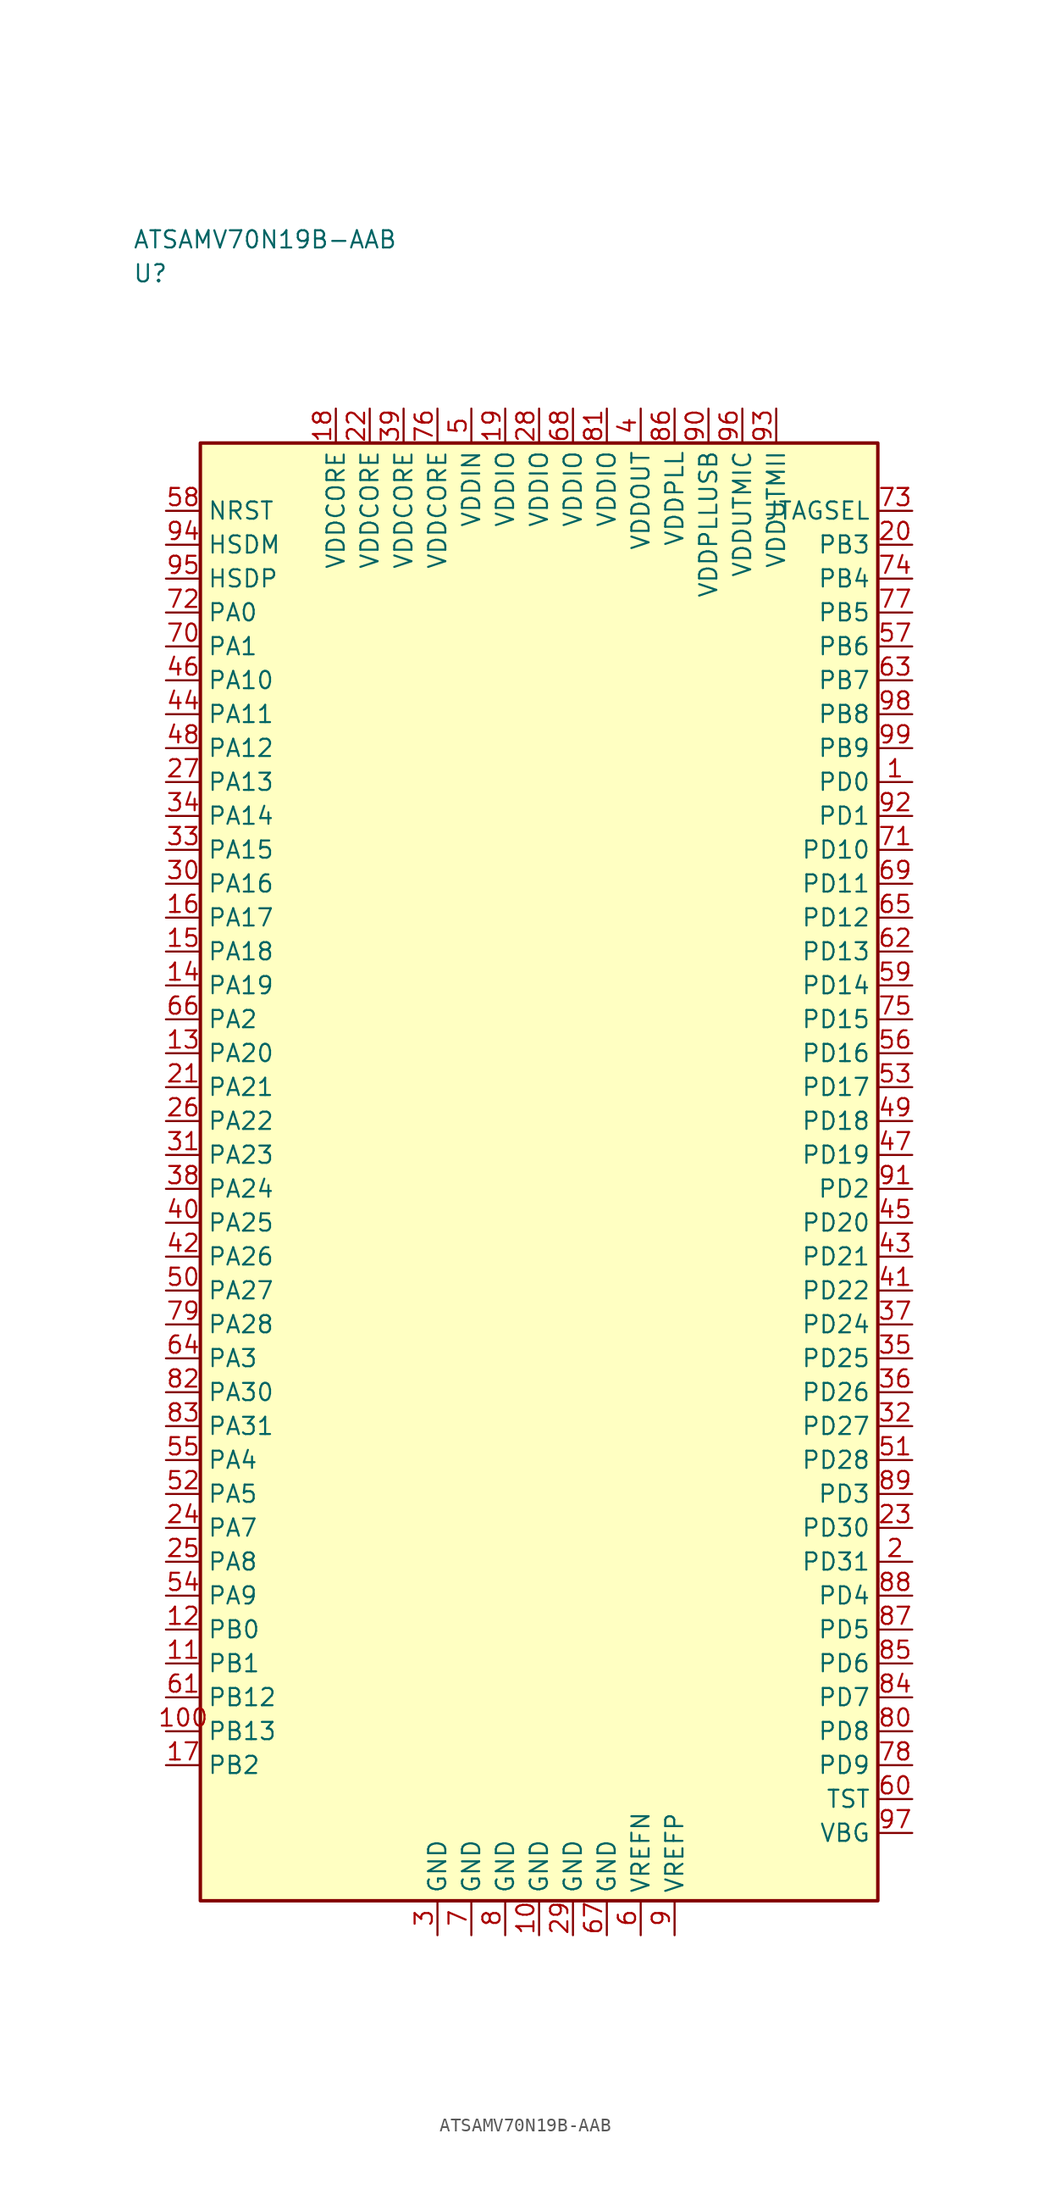
<source format=kicad_sym>
(kicad_symbol_lib
  (version 20241025)
  (generator "kicad_symbol_editor")
  (generator_version "8.0")
  (symbol "ATSAMV70N19B-AAB"
    (property "Reference" "U"
      (at -30.0 66.25 0)
      (effects (font (size 1.27 1.27)) (justify left)))
    (property "Value" "ATSAMV70N19B-AAB"
      (at -30.0 68.75 0)
      (effects (font (size 1.27 1.27)) (justify left)))
    (symbol "ATSAMV70N19B-AAB_0_1"
      (rectangle (start -25.0 53.75) (end 25.0 -53.75) (stroke (width 0.254) (type default)) (fill (type background))))
    (symbol "ATSAMV70N19B-AAB_1_1"
      (pin bidirectional line (at -27.54 41.25 0.0) (length 2.54) (name "PA0" (effects (font (size 1.27 1.27)))) (number "72" (effects (font (size 1.27 1.27)))))
      (pin bidirectional line (at -27.54 38.75 0.0) (length 2.54) (name "PA1" (effects (font (size 1.27 1.27)))) (number "70" (effects (font (size 1.27 1.27)))))
      (pin bidirectional line (at -27.54 11.25 0.0) (length 2.54) (name "PA2" (effects (font (size 1.27 1.27)))) (number "66" (effects (font (size 1.27 1.27)))))
      (pin bidirectional line (at -27.54 -13.75 0.0) (length 2.54) (name "PA3" (effects (font (size 1.27 1.27)))) (number "64" (effects (font (size 1.27 1.27)))))
      (pin bidirectional line (at -27.54 -21.25 0.0) (length 2.54) (name "PA4" (effects (font (size 1.27 1.27)))) (number "55" (effects (font (size 1.27 1.27)))))
      (pin bidirectional line (at -27.54 -23.75 0.0) (length 2.54) (name "PA5" (effects (font (size 1.27 1.27)))) (number "52" (effects (font (size 1.27 1.27)))))
      (pin bidirectional line (at -27.54 -26.25 0.0) (length 2.54) (name "PA7" (effects (font (size 1.27 1.27)))) (number "24" (effects (font (size 1.27 1.27)))))
      (pin bidirectional line (at -27.54 -28.75 0.0) (length 2.54) (name "PA8" (effects (font (size 1.27 1.27)))) (number "25" (effects (font (size 1.27 1.27)))))
      (pin bidirectional line (at -27.54 -31.25 0.0) (length 2.54) (name "PA9" (effects (font (size 1.27 1.27)))) (number "54" (effects (font (size 1.27 1.27)))))
      (pin bidirectional line (at -27.54 36.25 0.0) (length 2.54) (name "PA10" (effects (font (size 1.27 1.27)))) (number "46" (effects (font (size 1.27 1.27)))))
      (pin bidirectional line (at -27.54 33.75 0.0) (length 2.54) (name "PA11" (effects (font (size 1.27 1.27)))) (number "44" (effects (font (size 1.27 1.27)))))
      (pin bidirectional line (at -27.54 31.25 0.0) (length 2.54) (name "PA12" (effects (font (size 1.27 1.27)))) (number "48" (effects (font (size 1.27 1.27)))))
      (pin bidirectional line (at -27.54 28.75 0.0) (length 2.54) (name "PA13" (effects (font (size 1.27 1.27)))) (number "27" (effects (font (size 1.27 1.27)))))
      (pin bidirectional line (at -27.54 26.25 0.0) (length 2.54) (name "PA14" (effects (font (size 1.27 1.27)))) (number "34" (effects (font (size 1.27 1.27)))))
      (pin bidirectional line (at -27.54 23.75 0.0) (length 2.54) (name "PA15" (effects (font (size 1.27 1.27)))) (number "33" (effects (font (size 1.27 1.27)))))
      (pin bidirectional line (at -27.54 21.25 0.0) (length 2.54) (name "PA16" (effects (font (size 1.27 1.27)))) (number "30" (effects (font (size 1.27 1.27)))))
      (pin bidirectional line (at -27.54 18.75 0.0) (length 2.54) (name "PA17" (effects (font (size 1.27 1.27)))) (number "16" (effects (font (size 1.27 1.27)))))
      (pin bidirectional line (at -27.54 16.25 0.0) (length 2.54) (name "PA18" (effects (font (size 1.27 1.27)))) (number "15" (effects (font (size 1.27 1.27)))))
      (pin bidirectional line (at -27.54 13.75 0.0) (length 2.54) (name "PA19" (effects (font (size 1.27 1.27)))) (number "14" (effects (font (size 1.27 1.27)))))
      (pin bidirectional line (at -27.54 8.75 0.0) (length 2.54) (name "PA20" (effects (font (size 1.27 1.27)))) (number "13" (effects (font (size 1.27 1.27)))))
      (pin bidirectional line (at -27.54 6.25 0.0) (length 2.54) (name "PA21" (effects (font (size 1.27 1.27)))) (number "21" (effects (font (size 1.27 1.27)))))
      (pin bidirectional line (at -27.54 3.75 0.0) (length 2.54) (name "PA22" (effects (font (size 1.27 1.27)))) (number "26" (effects (font (size 1.27 1.27)))))
      (pin bidirectional line (at -27.54 1.25 0.0) (length 2.54) (name "PA23" (effects (font (size 1.27 1.27)))) (number "31" (effects (font (size 1.27 1.27)))))
      (pin bidirectional line (at -27.54 -1.25 0.0) (length 2.54) (name "PA24" (effects (font (size 1.27 1.27)))) (number "38" (effects (font (size 1.27 1.27)))))
      (pin bidirectional line (at -27.54 -3.75 0.0) (length 2.54) (name "PA25" (effects (font (size 1.27 1.27)))) (number "40" (effects (font (size 1.27 1.27)))))
      (pin bidirectional line (at -27.54 -6.25 0.0) (length 2.54) (name "PA26" (effects (font (size 1.27 1.27)))) (number "42" (effects (font (size 1.27 1.27)))))
      (pin bidirectional line (at -27.54 -8.75 0.0) (length 2.54) (name "PA27" (effects (font (size 1.27 1.27)))) (number "50" (effects (font (size 1.27 1.27)))))
      (pin bidirectional line (at -27.54 -11.25 0.0) (length 2.54) (name "PA28" (effects (font (size 1.27 1.27)))) (number "79" (effects (font (size 1.27 1.27)))))
      (pin bidirectional line (at -27.54 -16.25 0.0) (length 2.54) (name "PA30" (effects (font (size 1.27 1.27)))) (number "82" (effects (font (size 1.27 1.27)))))
      (pin bidirectional line (at -27.54 -18.75 0.0) (length 2.54) (name "PA31" (effects (font (size 1.27 1.27)))) (number "83" (effects (font (size 1.27 1.27)))))
      (pin bidirectional line (at -27.54 -33.75 0.0) (length 2.54) (name "PB0" (effects (font (size 1.27 1.27)))) (number "12" (effects (font (size 1.27 1.27)))))
      (pin bidirectional line (at -27.54 -36.25 0.0) (length 2.54) (name "PB1" (effects (font (size 1.27 1.27)))) (number "11" (effects (font (size 1.27 1.27)))))
      (pin bidirectional line (at -27.54 -43.75 0.0) (length 2.54) (name "PB2" (effects (font (size 1.27 1.27)))) (number "17" (effects (font (size 1.27 1.27)))))
      (pin bidirectional line (at 27.54 46.25 180.0) (length 2.54) (name "PB3" (effects (font (size 1.27 1.27)))) (number "20" (effects (font (size 1.27 1.27)))))
      (pin bidirectional line (at 27.54 43.75 180.0) (length 2.54) (name "PB4" (effects (font (size 1.27 1.27)))) (number "74" (effects (font (size 1.27 1.27)))))
      (pin bidirectional line (at 27.54 41.25 180.0) (length 2.54) (name "PB5" (effects (font (size 1.27 1.27)))) (number "77" (effects (font (size 1.27 1.27)))))
      (pin bidirectional line (at 27.54 38.75 180.0) (length 2.54) (name "PB6" (effects (font (size 1.27 1.27)))) (number "57" (effects (font (size 1.27 1.27)))))
      (pin bidirectional line (at 27.54 36.25 180.0) (length 2.54) (name "PB7" (effects (font (size 1.27 1.27)))) (number "63" (effects (font (size 1.27 1.27)))))
      (pin bidirectional line (at 27.54 33.75 180.0) (length 2.54) (name "PB8" (effects (font (size 1.27 1.27)))) (number "98" (effects (font (size 1.27 1.27)))))
      (pin bidirectional line (at 27.54 31.25 180.0) (length 2.54) (name "PB9" (effects (font (size 1.27 1.27)))) (number "99" (effects (font (size 1.27 1.27)))))
      (pin bidirectional line (at -27.54 -38.75 0.0) (length 2.54) (name "PB12" (effects (font (size 1.27 1.27)))) (number "61" (effects (font (size 1.27 1.27)))))
      (pin bidirectional line (at -27.54 -41.25 0.0) (length 2.54) (name "PB13" (effects (font (size 1.27 1.27)))) (number "100" (effects (font (size 1.27 1.27)))))
      (pin bidirectional line (at 27.54 28.75 180.0) (length 2.54) (name "PD0" (effects (font (size 1.27 1.27)))) (number "1" (effects (font (size 1.27 1.27)))))
      (pin bidirectional line (at 27.54 26.25 180.0) (length 2.54) (name "PD1" (effects (font (size 1.27 1.27)))) (number "92" (effects (font (size 1.27 1.27)))))
      (pin bidirectional line (at 27.54 -1.25 180.0) (length 2.54) (name "PD2" (effects (font (size 1.27 1.27)))) (number "91" (effects (font (size 1.27 1.27)))))
      (pin bidirectional line (at 27.54 -23.75 180.0) (length 2.54) (name "PD3" (effects (font (size 1.27 1.27)))) (number "89" (effects (font (size 1.27 1.27)))))
      (pin bidirectional line (at 27.54 -31.25 180.0) (length 2.54) (name "PD4" (effects (font (size 1.27 1.27)))) (number "88" (effects (font (size 1.27 1.27)))))
      (pin bidirectional line (at 27.54 -33.75 180.0) (length 2.54) (name "PD5" (effects (font (size 1.27 1.27)))) (number "87" (effects (font (size 1.27 1.27)))))
      (pin bidirectional line (at 27.54 -36.25 180.0) (length 2.54) (name "PD6" (effects (font (size 1.27 1.27)))) (number "85" (effects (font (size 1.27 1.27)))))
      (pin bidirectional line (at 27.54 -38.75 180.0) (length 2.54) (name "PD7" (effects (font (size 1.27 1.27)))) (number "84" (effects (font (size 1.27 1.27)))))
      (pin bidirectional line (at 27.54 -41.25 180.0) (length 2.54) (name "PD8" (effects (font (size 1.27 1.27)))) (number "80" (effects (font (size 1.27 1.27)))))
      (pin bidirectional line (at 27.54 -43.75 180.0) (length 2.54) (name "PD9" (effects (font (size 1.27 1.27)))) (number "78" (effects (font (size 1.27 1.27)))))
      (pin bidirectional line (at 27.54 23.75 180.0) (length 2.54) (name "PD10" (effects (font (size 1.27 1.27)))) (number "71" (effects (font (size 1.27 1.27)))))
      (pin bidirectional line (at 27.54 21.25 180.0) (length 2.54) (name "PD11" (effects (font (size 1.27 1.27)))) (number "69" (effects (font (size 1.27 1.27)))))
      (pin bidirectional line (at 27.54 18.75 180.0) (length 2.54) (name "PD12" (effects (font (size 1.27 1.27)))) (number "65" (effects (font (size 1.27 1.27)))))
      (pin bidirectional line (at 27.54 16.25 180.0) (length 2.54) (name "PD13" (effects (font (size 1.27 1.27)))) (number "62" (effects (font (size 1.27 1.27)))))
      (pin bidirectional line (at 27.54 13.75 180.0) (length 2.54) (name "PD14" (effects (font (size 1.27 1.27)))) (number "59" (effects (font (size 1.27 1.27)))))
      (pin bidirectional line (at 27.54 11.25 180.0) (length 2.54) (name "PD15" (effects (font (size 1.27 1.27)))) (number "75" (effects (font (size 1.27 1.27)))))
      (pin bidirectional line (at 27.54 8.75 180.0) (length 2.54) (name "PD16" (effects (font (size 1.27 1.27)))) (number "56" (effects (font (size 1.27 1.27)))))
      (pin bidirectional line (at 27.54 6.25 180.0) (length 2.54) (name "PD17" (effects (font (size 1.27 1.27)))) (number "53" (effects (font (size 1.27 1.27)))))
      (pin bidirectional line (at 27.54 3.75 180.0) (length 2.54) (name "PD18" (effects (font (size 1.27 1.27)))) (number "49" (effects (font (size 1.27 1.27)))))
      (pin bidirectional line (at 27.54 1.25 180.0) (length 2.54) (name "PD19" (effects (font (size 1.27 1.27)))) (number "47" (effects (font (size 1.27 1.27)))))
      (pin bidirectional line (at 27.54 -3.75 180.0) (length 2.54) (name "PD20" (effects (font (size 1.27 1.27)))) (number "45" (effects (font (size 1.27 1.27)))))
      (pin bidirectional line (at 27.54 -6.25 180.0) (length 2.54) (name "PD21" (effects (font (size 1.27 1.27)))) (number "43" (effects (font (size 1.27 1.27)))))
      (pin bidirectional line (at 27.54 -8.75 180.0) (length 2.54) (name "PD22" (effects (font (size 1.27 1.27)))) (number "41" (effects (font (size 1.27 1.27)))))
      (pin bidirectional line (at 27.54 -11.25 180.0) (length 2.54) (name "PD24" (effects (font (size 1.27 1.27)))) (number "37" (effects (font (size 1.27 1.27)))))
      (pin bidirectional line (at 27.54 -13.75 180.0) (length 2.54) (name "PD25" (effects (font (size 1.27 1.27)))) (number "35" (effects (font (size 1.27 1.27)))))
      (pin bidirectional line (at 27.54 -16.25 180.0) (length 2.54) (name "PD26" (effects (font (size 1.27 1.27)))) (number "36" (effects (font (size 1.27 1.27)))))
      (pin bidirectional line (at 27.54 -18.75 180.0) (length 2.54) (name "PD27" (effects (font (size 1.27 1.27)))) (number "32" (effects (font (size 1.27 1.27)))))
      (pin bidirectional line (at 27.54 -21.25 180.0) (length 2.54) (name "PD28" (effects (font (size 1.27 1.27)))) (number "51" (effects (font (size 1.27 1.27)))))
      (pin bidirectional line (at 27.54 -26.25 180.0) (length 2.54) (name "PD30" (effects (font (size 1.27 1.27)))) (number "23" (effects (font (size 1.27 1.27)))))
      (pin bidirectional line (at 27.54 -28.75 180.0) (length 2.54) (name "PD31" (effects (font (size 1.27 1.27)))) (number "2" (effects (font (size 1.27 1.27)))))
      (pin power_in line (at 7.5 56.29 270.0) (length 2.54) (name "VDDOUT" (effects (font (size 1.27 1.27)))) (number "4" (effects (font (size 1.27 1.27)))))
      (pin power_in line (at -5.0 56.29 270.0) (length 2.54) (name "VDDIN" (effects (font (size 1.27 1.27)))) (number "5" (effects (font (size 1.27 1.27)))))
      (pin passive line (at 7.5 -56.29 90.0) (length 2.54) (name "VREFN" (effects (font (size 1.27 1.27)))) (number "6" (effects (font (size 1.27 1.27)))))
      (pin passive line (at 10.0 -56.29 90.0) (length 2.54) (name "VREFP" (effects (font (size 1.27 1.27)))) (number "9" (effects (font (size 1.27 1.27)))))
      (pin input line (at -27.54 48.75 0.0) (length 2.54) (name "NRST" (effects (font (size 1.27 1.27)))) (number "58" (effects (font (size 1.27 1.27)))))
      (pin bidirectional line (at 27.54 -46.25 180.0) (length 2.54) (name "TST" (effects (font (size 1.27 1.27)))) (number "60" (effects (font (size 1.27 1.27)))))
      (pin power_in line (at -2.5 56.29 270.0) (length 2.54) (name "VDDIO" (effects (font (size 1.27 1.27)))) (number "19" (effects (font (size 1.27 1.27)))))
      (pin power_in line (at 0.0 56.29 270.0) (length 2.54) (name "VDDIO" (effects (font (size 1.27 1.27)))) (number "28" (effects (font (size 1.27 1.27)))))
      (pin power_in line (at 2.5 56.29 270.0) (length 2.54) (name "VDDIO" (effects (font (size 1.27 1.27)))) (number "68" (effects (font (size 1.27 1.27)))))
      (pin power_in line (at 5.0 56.29 270.0) (length 2.54) (name "VDDIO" (effects (font (size 1.27 1.27)))) (number "81" (effects (font (size 1.27 1.27)))))
      (pin output line (at 27.54 48.75 180.0) (length 2.54) (name "JTAGSEL" (effects (font (size 1.27 1.27)))) (number "73" (effects (font (size 1.27 1.27)))))
      (pin power_in line (at -15.0 56.29 270.0) (length 2.54) (name "VDDCORE" (effects (font (size 1.27 1.27)))) (number "18" (effects (font (size 1.27 1.27)))))
      (pin power_in line (at -12.5 56.29 270.0) (length 2.54) (name "VDDCORE" (effects (font (size 1.27 1.27)))) (number "22" (effects (font (size 1.27 1.27)))))
      (pin power_in line (at -10.0 56.29 270.0) (length 2.54) (name "VDDCORE" (effects (font (size 1.27 1.27)))) (number "39" (effects (font (size 1.27 1.27)))))
      (pin power_in line (at -7.5 56.29 270.0) (length 2.54) (name "VDDCORE" (effects (font (size 1.27 1.27)))) (number "76" (effects (font (size 1.27 1.27)))))
      (pin power_in line (at 10.0 56.29 270.0) (length 2.54) (name "VDDPLL" (effects (font (size 1.27 1.27)))) (number "86" (effects (font (size 1.27 1.27)))))
      (pin power_in line (at 17.5 56.29 270.0) (length 2.54) (name "VDDUTMII" (effects (font (size 1.27 1.27)))) (number "93" (effects (font (size 1.27 1.27)))))
      (pin bidirectional line (at -27.54 46.25 0.0) (length 2.54) (name "HSDM" (effects (font (size 1.27 1.27)))) (number "94" (effects (font (size 1.27 1.27)))))
      (pin bidirectional line (at -27.54 43.75 0.0) (length 2.54) (name "HSDP" (effects (font (size 1.27 1.27)))) (number "95" (effects (font (size 1.27 1.27)))))
      (pin passive line (at -7.5 -56.29 90.0) (length 2.54) (name "GND" (effects (font (size 1.27 1.27)))) (number "3" (effects (font (size 1.27 1.27)))))
      (pin passive line (at -5.0 -56.29 90.0) (length 2.54) (name "GND" (effects (font (size 1.27 1.27)))) (number "7" (effects (font (size 1.27 1.27)))))
      (pin passive line (at -2.5 -56.29 90.0) (length 2.54) (name "GND" (effects (font (size 1.27 1.27)))) (number "8" (effects (font (size 1.27 1.27)))))
      (pin passive line (at 0.0 -56.29 90.0) (length 2.54) (name "GND" (effects (font (size 1.27 1.27)))) (number "10" (effects (font (size 1.27 1.27)))))
      (pin passive line (at 2.5 -56.29 90.0) (length 2.54) (name "GND" (effects (font (size 1.27 1.27)))) (number "29" (effects (font (size 1.27 1.27)))))
      (pin passive line (at 5.0 -56.29 90.0) (length 2.54) (name "GND" (effects (font (size 1.27 1.27)))) (number "67" (effects (font (size 1.27 1.27)))))
      (pin power_in line (at 15.0 56.29 270.0) (length 2.54) (name "VDDUTMIC" (effects (font (size 1.27 1.27)))) (number "96" (effects (font (size 1.27 1.27)))))
      (pin bidirectional line (at 27.54 -48.75 180.0) (length 2.54) (name "VBG" (effects (font (size 1.27 1.27)))) (number "97" (effects (font (size 1.27 1.27)))))
      (pin power_in line (at 12.5 56.29 270.0) (length 2.54) (name "VDDPLLUSB" (effects (font (size 1.27 1.27)))) (number "90" (effects (font (size 1.27 1.27))))))))
</source>
